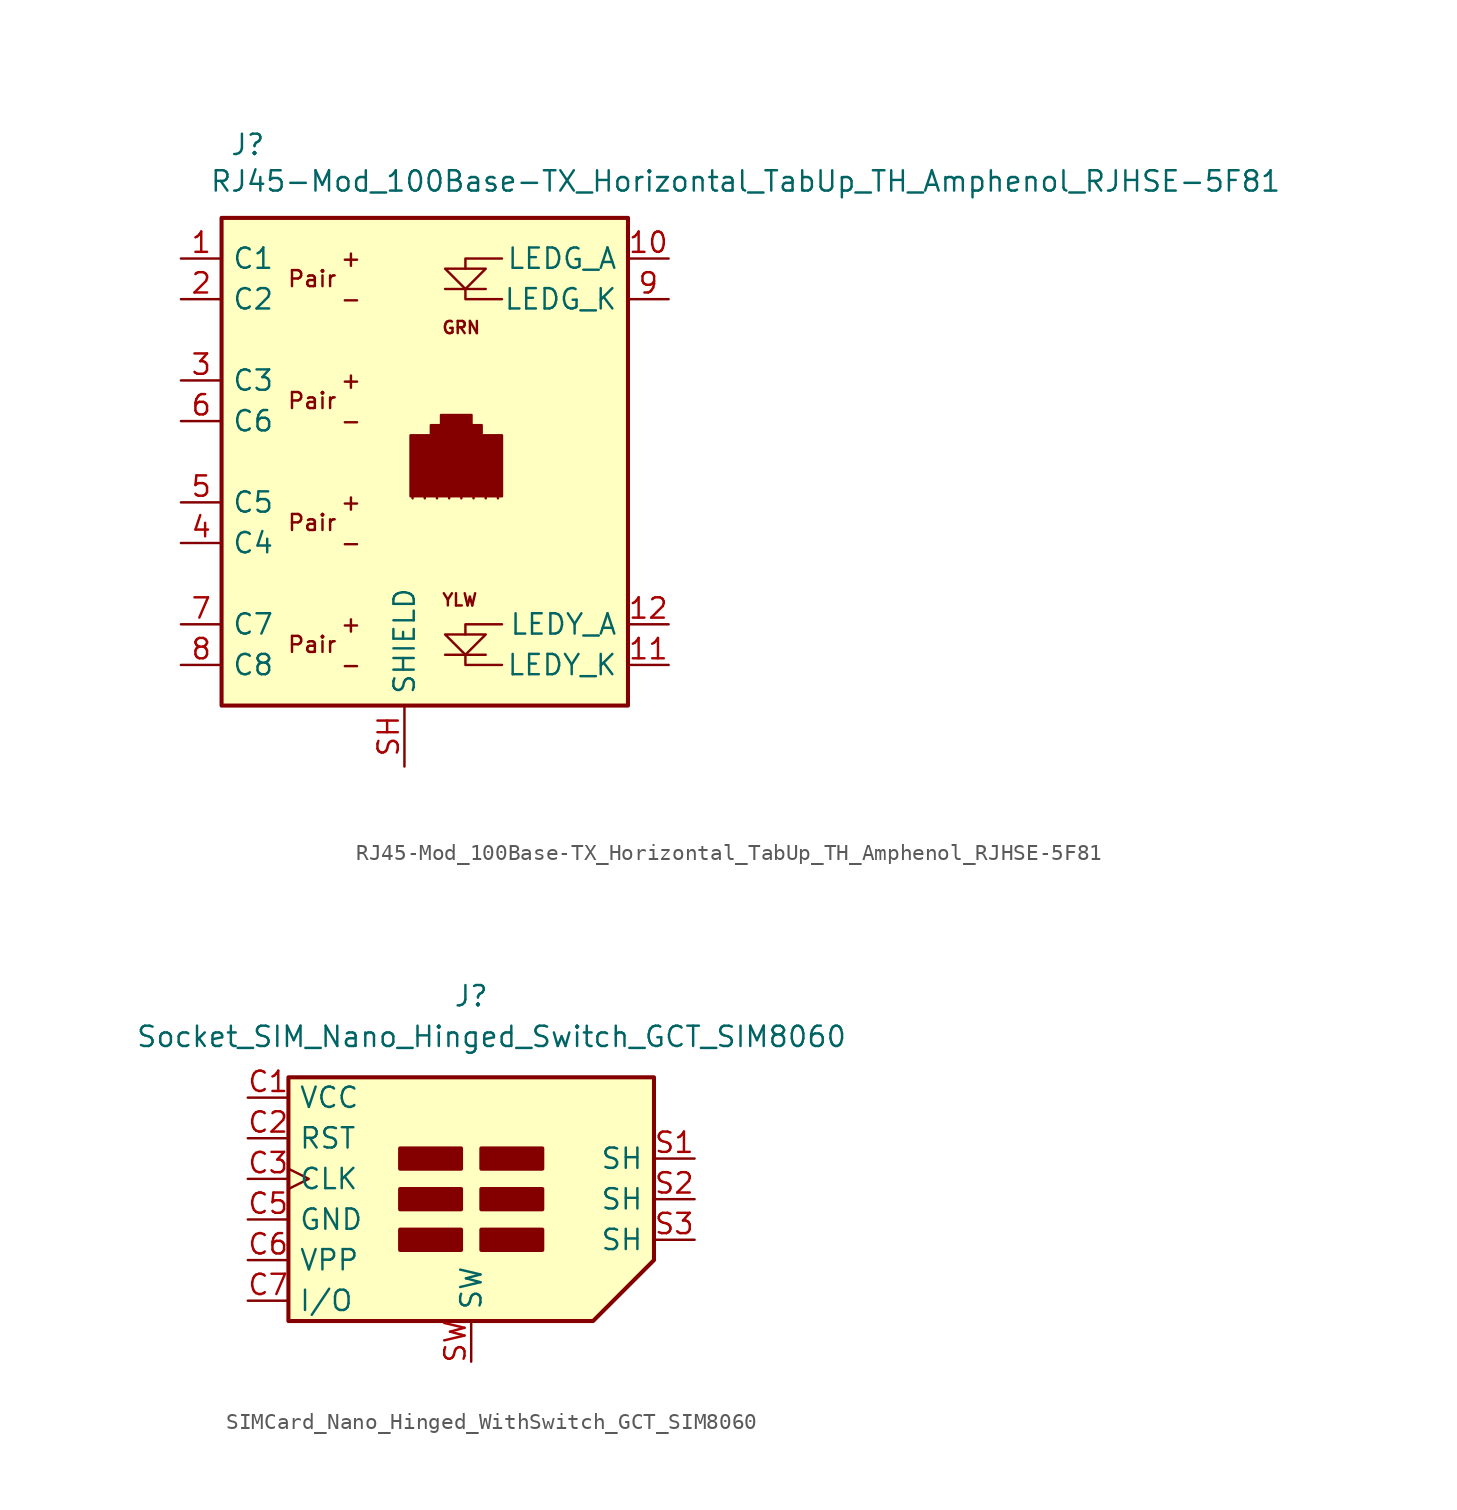
<source format=kicad_sym>
(kicad_symbol_lib
  (version 20241209)
  (generator "kicad_symbol_editor")
  (generator_version "9.0")
  (symbol "RJ45-Mod_100Base-TX_Horizontal_TabUp_TH_Amphenol_RJHSE-5F81"
    (pin_names
      (offset 0.635))
    (property "Reference" "J"
      (at -12.192 19.812 0)
      (effects (font (size 1.27 1.27)) (justify left)))
    (property "Value" "RJ45-Mod_100Base-TX_Horizontal_TabUp_TH_Amphenol_RJHSE-5F81"
      (at -13.462 17.526 0)
      (effects (font (size 1.27 1.27)) (justify left)))
    (symbol "RJ45-Mod_100Base-TX_Horizontal_TabUp_TH_Amphenol_RJHSE-5F81_0_1"
      (rectangle (start -0.762 -2.286) (end -0.762 -2.032) (stroke (width 0) (type default)) (fill (type none)))
      (rectangle (start 0 -2.286) (end 0 -2.032) (stroke (width 0) (type default)) (fill (type none)))
      (rectangle (start 0.762 -2.286) (end 0.762 -2.032) (stroke (width 0) (type default)) (fill (type none)))
      (rectangle (start 1.524 -2.286) (end 1.524 -2.032) (stroke (width 0) (type default)) (fill (type none)))
      (rectangle (start 2.286 -2.286) (end 2.286 -2.032) (stroke (width 0) (type default)) (fill (type none)))
      (polyline (pts (xy 2.921 2.921) (xy 1.016 2.921) (xy 1.016 2.286) (xy 0.381 2.286) (xy 0.381 1.651) (xy -0.889 1.651) (xy -0.889 -2.159) (xy 4.826 -2.159) (xy 4.826 1.651) (xy 3.556 1.651) (xy 3.556 2.286) (xy 2.921 2.286) (xy 2.921 2.921)) (stroke (width 0) (type default)) (fill (type outline)))
      (rectangle (start 3.048 -2.286) (end 3.048 -2.032) (stroke (width 0) (type default)) (fill (type none)))
      (rectangle (start 3.81 -2.286) (end 3.81 -2.032) (stroke (width 0) (type default)) (fill (type none)))
      (rectangle (start 4.572 -2.286) (end 4.572 -2.032) (stroke (width 0) (type default)) (fill (type none))))
    (symbol "RJ45-Mod_100Base-TX_Horizontal_TabUp_TH_Amphenol_RJHSE-5F81_1_0"
      (pin passive line (at -15.24 -12.7 0) (length 2.54) (name "C8" (effects (font (size 1.27 1.27)))) (number "8" (effects (font (size 1.27 1.27))))))
    (symbol "RJ45-Mod_100Base-TX_Horizontal_TabUp_TH_Amphenol_RJHSE-5F81_1_1"
      (rectangle (start -12.7 15.24) (end 12.7 -15.24) (stroke (width 0.254) (type default)) (fill (type background)))
      (polyline (pts (xy 1.27 10.795) (xy 3.81 10.795)) (stroke (width 0) (type default)) (fill (type none)))
      (polyline (pts (xy 1.27 -10.795) (xy 3.81 -10.795) (xy 2.54 -12.065) (xy 1.27 -10.795)) (stroke (width 0) (type default)) (fill (type none)))
      (polyline (pts (xy 1.27 -12.065) (xy 3.81 -12.065)) (stroke (width 0) (type default)) (fill (type none)))
      (polyline (pts (xy 2.54 10.795) (xy 2.54 10.16) (xy 4.826 10.16)) (stroke (width 0) (type default)) (fill (type none)))
      (polyline (pts (xy 3.81 12.065) (xy 1.27 12.065) (xy 2.54 10.795) (xy 3.81 12.065)) (stroke (width 0) (type default)) (fill (type none)))
      (polyline (pts (xy 4.826 12.7) (xy 2.54 12.7) (xy 2.54 12.065)) (stroke (width 0) (type default)) (fill (type none)))
      (polyline (pts (xy 4.826 -10.16) (xy 2.54 -10.16) (xy 2.54 -10.795)) (stroke (width 0) (type default)) (fill (type none)))
      (polyline (pts (xy 4.826 -12.7) (xy 2.54 -12.7) (xy 2.54 -12.065)) (stroke (width 0) (type default)) (fill (type none)))
      (text "Pair" (at -8.636 11.43 0) (effects (font (size 1 1)) (justify left)))
      (text "Pair" (at -8.636 3.81 0) (effects (font (size 1 1)) (justify left)))
      (text "Pair" (at -8.636 -3.81 0) (effects (font (size 1 1)) (justify left)))
      (text "Pair" (at -8.636 -11.43 0) (effects (font (size 1 1)) (justify left)))
      (text "+" (at -5.334 12.7 0) (effects (font (size 1 1)) (justify left)))
      (text "-" (at -5.334 10.16 0) (effects (font (size 1 1)) (justify left)))
      (text "+" (at -5.334 5.08 0) (effects (font (size 1 1)) (justify left)))
      (text "-" (at -5.334 2.54 0) (effects (font (size 1 1)) (justify left)))
      (text "+" (at -5.334 -2.54 0) (effects (font (size 1 1)) (justify left)))
      (text "-" (at -5.334 -5.08 0) (effects (font (size 1 1)) (justify left)))
      (text "+" (at -5.334 -10.16 0) (effects (font (size 1 1)) (justify left)))
      (text "-" (at -5.334 -12.7 0) (effects (font (size 1 1)) (justify left)))
      (text "GRN" (at 1.016 8.382 0) (effects (font (size 0.762 0.762)) (justify left)))
      (text "YLW" (at 1.016 -8.636 0) (effects (font (size 0.762 0.762)) (justify left)))
      (pin passive line (at -15.24 12.7 0) (length 2.54) (name "C1" (effects (font (size 1.27 1.27)))) (number "1" (effects (font (size 1.27 1.27)))))
      (pin passive line (at -15.24 10.16 0) (length 2.54) (name "C2" (effects (font (size 1.27 1.27)))) (number "2" (effects (font (size 1.27 1.27)))))
      (pin passive line (at -15.24 5.08 0) (length 2.54) (name "C3" (effects (font (size 1.27 1.27)))) (number "3" (effects (font (size 1.27 1.27)))))
      (pin passive line (at -15.24 2.54 0) (length 2.54) (name "C6" (effects (font (size 1.27 1.27)))) (number "6" (effects (font (size 1.27 1.27)))))
      (pin passive line (at -15.24 -2.54 0) (length 2.54) (name "C5" (effects (font (size 1.27 1.27)))) (number "5" (effects (font (size 1.27 1.27)))))
      (pin passive line (at -15.24 -5.08 0) (length 2.54) (name "C4" (effects (font (size 1.27 1.27)))) (number "4" (effects (font (size 1.27 1.27)))))
      (pin passive line (at -15.24 -10.16 0) (length 2.54) (name "C7" (effects (font (size 1.27 1.27)))) (number "7" (effects (font (size 1.27 1.27)))))
      (pin passive line (at -1.27 -19.05 90) (length 3.81) (name "SHIELD" (effects (font (size 1.27 1.27)))) (number "SH" (effects (font (size 1.27 1.27)))))
      (pin passive line (at 15.24 12.7 180) (length 2.54) (name "LEDG_A" (effects (font (size 1.27 1.27)))) (number "10" (effects (font (size 1.27 1.27)))))
      (pin passive line (at 15.24 10.16 180) (length 2.54) (name "LEDG_K" (effects (font (size 1.27 1.27)))) (number "9" (effects (font (size 1.27 1.27)))))
      (pin passive line (at 15.24 -10.16 180) (length 2.54) (name "LEDY_A" (effects (font (size 1.27 1.27)))) (number "12" (effects (font (size 1.27 1.27)))))
      (pin passive line (at 15.24 -12.7 180) (length 2.54) (name "LEDY_K" (effects (font (size 1.27 1.27)))) (number "11" (effects (font (size 1.27 1.27)))))))
  (symbol "SIMCard_Nano_Hinged_WithSwitch_GCT_SIM8060"
    (pin_names
      (offset 0.635))
    (property "Reference" "J"
      (at 0 12.7 0)
      (effects (font (size 1.27 1.27))))
    (property "Value" "Socket_SIM_Nano_Hinged_Switch_GCT_SIM8060"
      (at 1.27 10.16 0)
      (effects (font (size 1.27 1.27))))
    (symbol "SIMCard_Nano_Hinged_WithSwitch_GCT_SIM8060_0_1"
      (polyline (pts (xy -11.43 7.62) (xy 11.43 7.62) (xy 11.43 -3.81) (xy 7.62 -7.62) (xy -11.43 -7.62) (xy -11.43 7.62)) (stroke (width 0.254) (type default)) (fill (type background)))
      (rectangle (start -4.445 1.905) (end -0.635 3.175) (stroke (width 0.254) (type default)) (fill (type outline)))
      (rectangle (start -4.445 -0.635) (end -0.635 0.635) (stroke (width 0.254) (type default)) (fill (type outline)))
      (rectangle (start -4.445 -3.175) (end -0.635 -1.905) (stroke (width 0.254) (type default)) (fill (type outline)))
      (rectangle (start 0.635 1.905) (end 4.445 3.175) (stroke (width 0.254) (type default)) (fill (type outline)))
      (rectangle (start 0.635 -0.635) (end 4.445 0.635) (stroke (width 0.254) (type default)) (fill (type outline)))
      (rectangle (start 0.635 -1.905) (end 4.445 -3.175) (stroke (width 0.254) (type default)) (fill (type outline))))
    (symbol "SIMCard_Nano_Hinged_WithSwitch_GCT_SIM8060_1_0"
      (pin open_collector line (at 0 -10.16 90) (length 2.54) (name "SW" (effects (font (size 1.27 1.27)))) (number "SW" (effects (font (size 1.27 1.27)))))
      (pin passive line (at 13.97 2.54 180) (length 2.54) (name "SH" (effects (font (size 1.27 1.27)))) (number "S1" (effects (font (size 1.27 1.27)))))
      (pin passive line (at 13.97 0 180) (length 2.54) (name "SH" (effects (font (size 1.27 1.27)))) (number "S2" (effects (font (size 1.27 1.27)))))
      (pin passive line (at 13.97 -2.54 180) (length 2.54) (name "SH" (effects (font (size 1.27 1.27)))) (number "S3" (effects (font (size 1.27 1.27))))))
    (symbol "SIMCard_Nano_Hinged_WithSwitch_GCT_SIM8060_1_1"
      (pin power_in line (at -13.97 6.35 0) (length 2.54) (name "VCC" (effects (font (size 1.27 1.27)))) (number "C1" (effects (font (size 1.27 1.27)))))
      (pin input line (at -13.97 3.81 0) (length 2.54) (name "RST" (effects (font (size 1.27 1.27)))) (number "C2" (effects (font (size 1.27 1.27)))))
      (pin input clock (at -13.97 1.27 0) (length 2.54) (name "CLK" (effects (font (size 1.27 1.27)))) (number "C3" (effects (font (size 1.27 1.27)))))
      (pin power_in line (at -13.97 -1.27 0) (length 2.54) (name "GND" (effects (font (size 1.27 1.27)))) (number "C5" (effects (font (size 1.27 1.27)))))
      (pin input line (at -13.97 -3.81 0) (length 2.54) (name "VPP" (effects (font (size 1.27 1.27)))) (number "C6" (effects (font (size 1.27 1.27)))))
      (pin bidirectional line (at -13.97 -6.35 0) (length 2.54) (name "I/O" (effects (font (size 1.27 1.27)))) (number "C7" (effects (font (size 1.27 1.27))))))))
</source>
